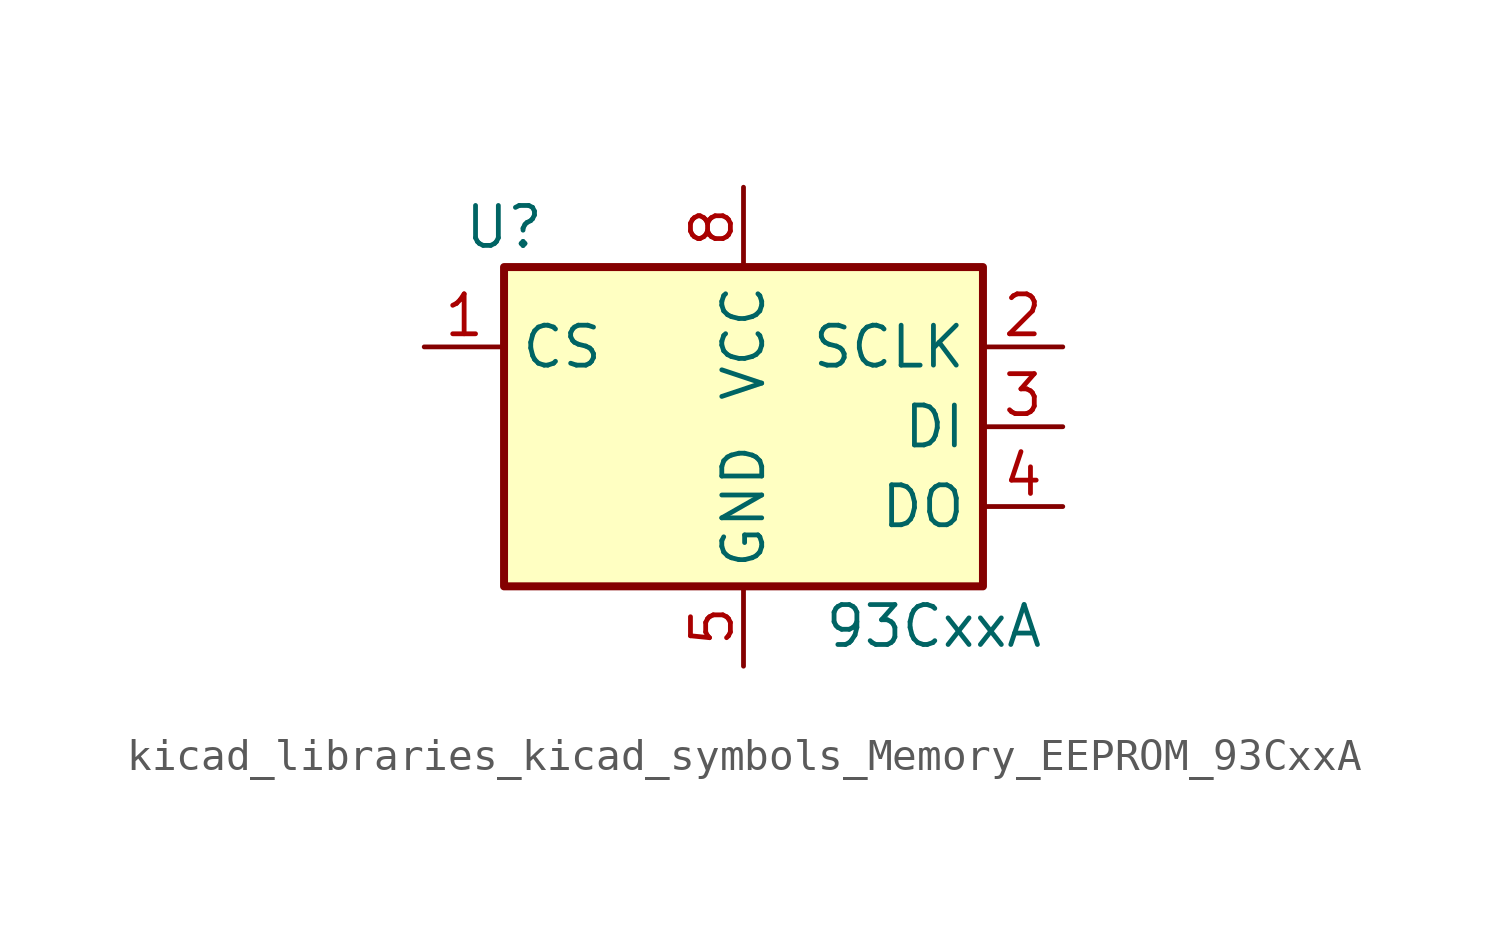
<source format=kicad_sym>
(kicad_symbol_lib
  (version 20220914)
  (generator kicad_symbol_editor)
  (symbol "kicad_libraries_kicad_symbols_Memory_EEPROM_93CxxA"
    (property "Reference" "U"
      (at -7.62 6.35 0)
      (effects (font (size 1.27 1.27))))
    (property "Value" "93CxxA"
      (at 2.54 -6.35 0)
      (effects (font (size 1.27 1.27)) (justify left)))
    (symbol "kicad_libraries_kicad_symbols_Memory_EEPROM_93CxxA_1_1"
      (rectangle (start -7.62 5.08) (end 7.62 -5.08) (stroke (width 0.254) (type default)) (fill (type background)))
      (pin input line (at -10.16 2.54 0) (length 2.54) (name "CS" (effects (font (size 1.27 1.27)))) (number "1" (effects (font (size 1.27 1.27)))))
      (pin input line (at 10.16 2.54 180) (length 2.54) (name "SCLK" (effects (font (size 1.27 1.27)))) (number "2" (effects (font (size 1.27 1.27)))))
      (pin input line (at 10.16 0 180) (length 2.54) (name "DI" (effects (font (size 1.27 1.27)))) (number "3" (effects (font (size 1.27 1.27)))))
      (pin tri_state line (at 10.16 -2.54 180) (length 2.54) (name "DO" (effects (font (size 1.27 1.27)))) (number "4" (effects (font (size 1.27 1.27)))))
      (pin power_in line (at 0 -7.62 90) (length 2.54) (name "GND" (effects (font (size 1.27 1.27)))) (number "5" (effects (font (size 1.27 1.27)))))
      (pin no_connect line (at -7.62 0 0) (length 2.54) hide (name "NC" (effects (font (size 1.27 1.27)))) (number "6" (effects (font (size 1.27 1.27)))))
      (pin no_connect line (at -7.62 -2.54 0) (length 2.54) hide (name "NC" (effects (font (size 1.27 1.27)))) (number "7" (effects (font (size 1.27 1.27)))))
      (pin power_in line (at 0 7.62 270) (length 2.54) (name "VCC" (effects (font (size 1.27 1.27)))) (number "8" (effects (font (size 1.27 1.27))))))))
</source>
